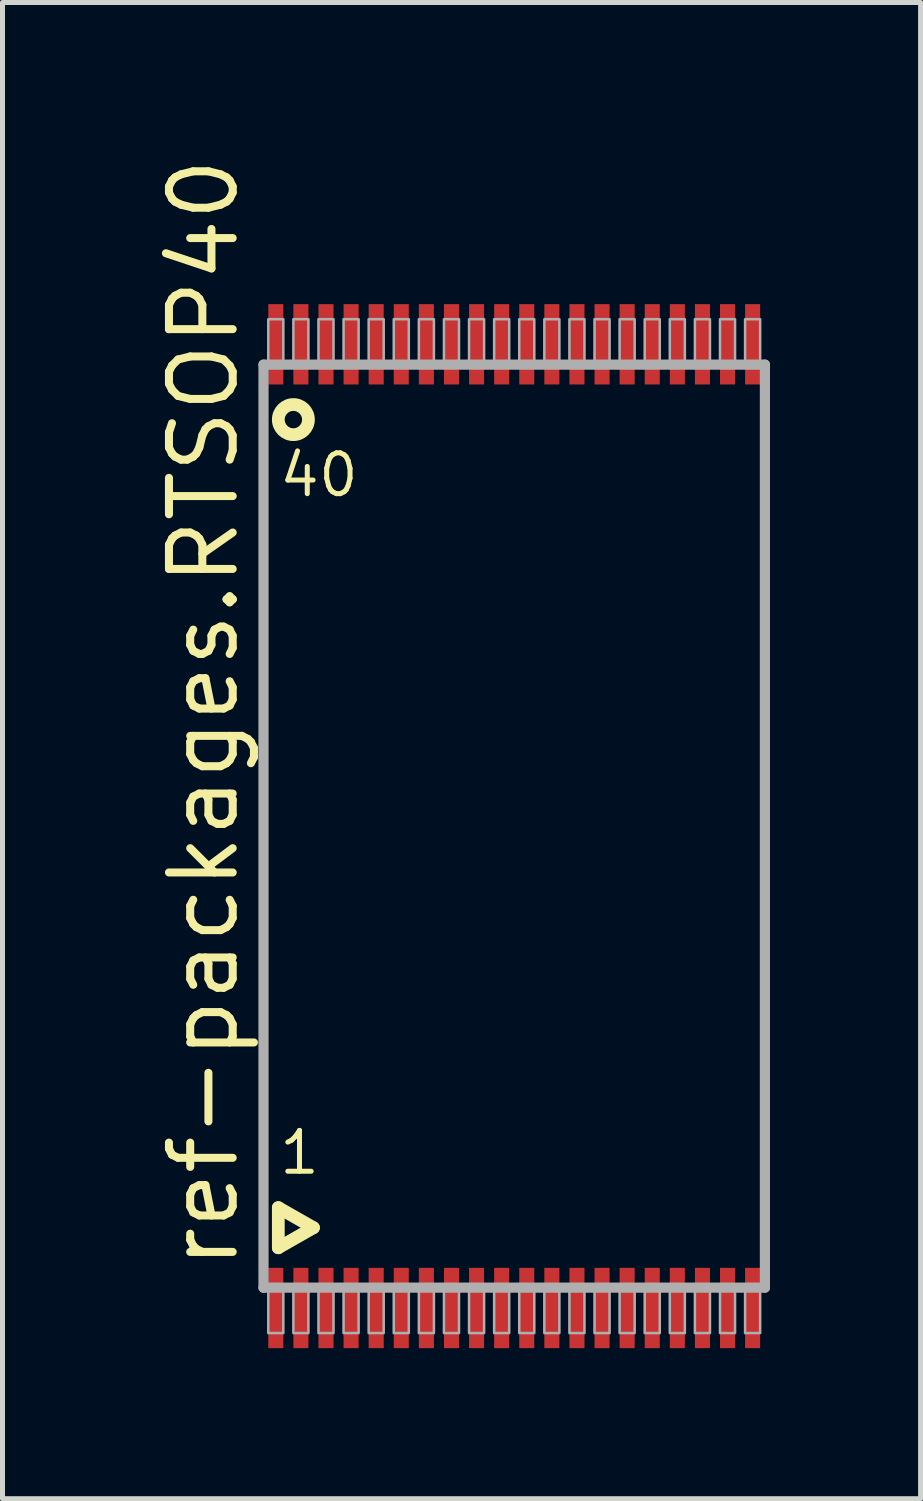
<source format=kicad_pcb>
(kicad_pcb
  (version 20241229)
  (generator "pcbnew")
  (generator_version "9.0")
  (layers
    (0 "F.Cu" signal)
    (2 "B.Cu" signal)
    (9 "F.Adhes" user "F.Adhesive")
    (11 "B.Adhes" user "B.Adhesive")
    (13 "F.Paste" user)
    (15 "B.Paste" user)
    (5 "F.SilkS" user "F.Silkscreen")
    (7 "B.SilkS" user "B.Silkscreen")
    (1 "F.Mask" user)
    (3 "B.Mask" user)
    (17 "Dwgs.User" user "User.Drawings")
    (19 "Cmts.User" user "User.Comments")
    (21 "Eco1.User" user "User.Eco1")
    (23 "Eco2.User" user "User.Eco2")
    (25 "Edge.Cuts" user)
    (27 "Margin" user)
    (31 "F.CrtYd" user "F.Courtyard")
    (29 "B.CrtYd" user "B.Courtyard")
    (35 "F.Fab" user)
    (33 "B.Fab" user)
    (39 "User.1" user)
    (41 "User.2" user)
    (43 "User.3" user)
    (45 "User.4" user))
  (footprint "ref-packages.RTSOP40"
    (layer "F.Cu")
    (at 7.195 13.41)
    (property "Reference" "ref-packages.RTSOP40" (at -5.445 8.89 90) (layer "F.SilkS") (effects (font (size 1.27 1.27) (thickness 0.16)) (justify left bottom)))
    (attr smd)
    (fp_line (start -4.7 7.6) (end -4 8) (stroke (width 0.254) (type default)) (layer "F.SilkS"))
    (fp_line (start -4.7 8.4) (end -4.7 7.6) (stroke (width 0.254) (type default)) (layer "F.SilkS"))
    (fp_line (start -4 8) (end -4.7 8.4) (stroke (width 0.254) (type default)) (layer "F.SilkS"))
    (fp_circle (center -4.4 -8.1) (end -4.1 -8.1) (stroke (width 0.254) (type default)) (fill no) (layer "F.SilkS"))
    (fp_line (start -4.995 -9.195) (end 4.995 -9.195) (stroke (width 0.203) (type default)) (layer "F.Fab"))
    (fp_line (start -4.995 9.195) (end -4.995 -9.195) (stroke (width 0.203) (type default)) (layer "F.Fab"))
    (fp_line (start 4.995 -9.195) (end 4.995 9.195) (stroke (width 0.203) (type default)) (layer "F.Fab"))
    (fp_line (start 4.995 9.195) (end -4.995 9.195) (stroke (width 0.203) (type default)) (layer "F.Fab"))
    (fp_rect (start -4.9 -9.25) (end -4.6 -10.1) (stroke (width 0.05) (type default)) (fill no) (layer "F.Fab"))
    (fp_rect (start -4.9 10.1) (end -4.6 9.25) (stroke (width 0.05) (type default)) (fill no) (layer "F.Fab"))
    (fp_rect (start -4.4 -9.25) (end -4.1 -10.1) (stroke (width 0.05) (type default)) (fill no) (layer "F.Fab"))
    (fp_rect (start -4.4 10.1) (end -4.1 9.25) (stroke (width 0.05) (type default)) (fill no) (layer "F.Fab"))
    (fp_rect (start -3.9 -9.25) (end -3.6 -10.1) (stroke (width 0.05) (type default)) (fill no) (layer "F.Fab"))
    (fp_rect (start -3.9 10.1) (end -3.6 9.25) (stroke (width 0.05) (type default)) (fill no) (layer "F.Fab"))
    (fp_rect (start -3.4 -9.25) (end -3.1 -10.1) (stroke (width 0.05) (type default)) (fill no) (layer "F.Fab"))
    (fp_rect (start -3.4 10.1) (end -3.1 9.25) (stroke (width 0.05) (type default)) (fill no) (layer "F.Fab"))
    (fp_rect (start -2.9 -9.25) (end -2.6 -10.1) (stroke (width 0.05) (type default)) (fill no) (layer "F.Fab"))
    (fp_rect (start -2.9 10.1) (end -2.6 9.25) (stroke (width 0.05) (type default)) (fill no) (layer "F.Fab"))
    (fp_rect (start -2.4 -9.25) (end -2.1 -10.1) (stroke (width 0.05) (type default)) (fill no) (layer "F.Fab"))
    (fp_rect (start -2.4 10.1) (end -2.1 9.25) (stroke (width 0.05) (type default)) (fill no) (layer "F.Fab"))
    (fp_rect (start -1.9 -9.25) (end -1.6 -10.1) (stroke (width 0.05) (type default)) (fill no) (layer "F.Fab"))
    (fp_rect (start -1.9 10.1) (end -1.6 9.25) (stroke (width 0.05) (type default)) (fill no) (layer "F.Fab"))
    (fp_rect (start -1.4 -9.25) (end -1.1 -10.1) (stroke (width 0.05) (type default)) (fill no) (layer "F.Fab"))
    (fp_rect (start -1.4 10.1) (end -1.1 9.25) (stroke (width 0.05) (type default)) (fill no) (layer "F.Fab"))
    (fp_rect (start -0.9 -9.25) (end -0.6 -10.1) (stroke (width 0.05) (type default)) (fill no) (layer "F.Fab"))
    (fp_rect (start -0.9 10.1) (end -0.6 9.25) (stroke (width 0.05) (type default)) (fill no) (layer "F.Fab"))
    (fp_rect (start -0.4 -9.25) (end -0.1 -10.1) (stroke (width 0.05) (type default)) (fill no) (layer "F.Fab"))
    (fp_rect (start -0.4 10.1) (end -0.1 9.25) (stroke (width 0.05) (type default)) (fill no) (layer "F.Fab"))
    (fp_rect (start 0.1 -9.25) (end 0.4 -10.1) (stroke (width 0.05) (type default)) (fill no) (layer "F.Fab"))
    (fp_rect (start 0.1 10.1) (end 0.4 9.25) (stroke (width 0.05) (type default)) (fill no) (layer "F.Fab"))
    (fp_rect (start 0.6 -9.25) (end 0.9 -10.1) (stroke (width 0.05) (type default)) (fill no) (layer "F.Fab"))
    (fp_rect (start 0.6 10.1) (end 0.9 9.25) (stroke (width 0.05) (type default)) (fill no) (layer "F.Fab"))
    (fp_rect (start 1.1 -9.25) (end 1.4 -10.1) (stroke (width 0.05) (type default)) (fill no) (layer "F.Fab"))
    (fp_rect (start 1.1 10.1) (end 1.4 9.25) (stroke (width 0.05) (type default)) (fill no) (layer "F.Fab"))
    (fp_rect (start 1.6 -9.25) (end 1.9 -10.1) (stroke (width 0.05) (type default)) (fill no) (layer "F.Fab"))
    (fp_rect (start 1.6 10.1) (end 1.9 9.25) (stroke (width 0.05) (type default)) (fill no) (layer "F.Fab"))
    (fp_rect (start 2.1 -9.25) (end 2.4 -10.1) (stroke (width 0.05) (type default)) (fill no) (layer "F.Fab"))
    (fp_rect (start 2.1 10.1) (end 2.4 9.25) (stroke (width 0.05) (type default)) (fill no) (layer "F.Fab"))
    (fp_rect (start 2.6 -9.25) (end 2.9 -10.1) (stroke (width 0.05) (type default)) (fill no) (layer "F.Fab"))
    (fp_rect (start 2.6 10.1) (end 2.9 9.25) (stroke (width 0.05) (type default)) (fill no) (layer "F.Fab"))
    (fp_rect (start 3.1 -9.25) (end 3.4 -10.1) (stroke (width 0.05) (type default)) (fill no) (layer "F.Fab"))
    (fp_rect (start 3.1 10.1) (end 3.4 9.25) (stroke (width 0.05) (type default)) (fill no) (layer "F.Fab"))
    (fp_rect (start 3.6 -9.25) (end 3.9 -10.1) (stroke (width 0.05) (type default)) (fill no) (layer "F.Fab"))
    (fp_rect (start 3.6 10.1) (end 3.9 9.25) (stroke (width 0.05) (type default)) (fill no) (layer "F.Fab"))
    (fp_rect (start 4.1 -9.25) (end 4.4 -10.1) (stroke (width 0.05) (type default)) (fill no) (layer "F.Fab"))
    (fp_rect (start 4.1 10.1) (end 4.4 9.25) (stroke (width 0.05) (type default)) (fill no) (layer "F.Fab"))
    (fp_rect (start 4.6 -9.25) (end 4.9 -10.1) (stroke (width 0.05) (type default)) (fill no) (layer "F.Fab"))
    (fp_rect (start 4.6 10.1) (end 4.9 9.25) (stroke (width 0.05) (type default)) (fill no) (layer "F.Fab"))
    (fp_text user "40" (at -4.731 -6.52 0) (layer "F.SilkS") (effects (font (size 0.813 0.813) (thickness 0.1)) (justify left bottom)))
    (fp_text user "1" (at -4.731 6.98 0) (layer "F.SilkS") (effects (font (size 0.813 0.813) (thickness 0.1)) (justify left bottom)))
    (pad "1" smd roundrect (at -4.75 9.6) (size 0.3 1.6) (layers "F.Cu" "F.Mask" "F.Paste") (roundrect_rratio 0.01))
    (pad "2" smd roundrect (at -4.25 9.6) (size 0.3 1.6) (layers "F.Cu" "F.Mask" "F.Paste") (roundrect_rratio 0.01))
    (pad "3" smd roundrect (at -3.75 9.6) (size 0.3 1.6) (layers "F.Cu" "F.Mask" "F.Paste") (roundrect_rratio 0.01))
    (pad "4" smd roundrect (at -3.25 9.6) (size 0.3 1.6) (layers "F.Cu" "F.Mask" "F.Paste") (roundrect_rratio 0.01))
    (pad "5" smd roundrect (at -2.75 9.6) (size 0.3 1.6) (layers "F.Cu" "F.Mask" "F.Paste") (roundrect_rratio 0.01))
    (pad "6" smd roundrect (at -2.25 9.6) (size 0.3 1.6) (layers "F.Cu" "F.Mask" "F.Paste") (roundrect_rratio 0.01))
    (pad "7" smd roundrect (at -1.75 9.6) (size 0.3 1.6) (layers "F.Cu" "F.Mask" "F.Paste") (roundrect_rratio 0.01))
    (pad "8" smd roundrect (at -1.25 9.6) (size 0.3 1.6) (layers "F.Cu" "F.Mask" "F.Paste") (roundrect_rratio 0.01))
    (pad "9" smd roundrect (at -0.75 9.6) (size 0.3 1.6) (layers "F.Cu" "F.Mask" "F.Paste") (roundrect_rratio 0.01))
    (pad "10" smd roundrect (at -0.25 9.6) (size 0.3 1.6) (layers "F.Cu" "F.Mask" "F.Paste") (roundrect_rratio 0.01))
    (pad "11" smd roundrect (at 0.25 9.6) (size 0.3 1.6) (layers "F.Cu" "F.Mask" "F.Paste") (roundrect_rratio 0.01))
    (pad "12" smd roundrect (at 0.75 9.6) (size 0.3 1.6) (layers "F.Cu" "F.Mask" "F.Paste") (roundrect_rratio 0.01))
    (pad "13" smd roundrect (at 1.25 9.6) (size 0.3 1.6) (layers "F.Cu" "F.Mask" "F.Paste") (roundrect_rratio 0.01))
    (pad "14" smd roundrect (at 1.75 9.6) (size 0.3 1.6) (layers "F.Cu" "F.Mask" "F.Paste") (roundrect_rratio 0.01))
    (pad "15" smd roundrect (at 2.25 9.6) (size 0.3 1.6) (layers "F.Cu" "F.Mask" "F.Paste") (roundrect_rratio 0.01))
    (pad "16" smd roundrect (at 2.75 9.6) (size 0.3 1.6) (layers "F.Cu" "F.Mask" "F.Paste") (roundrect_rratio 0.01))
    (pad "17" smd roundrect (at 3.25 9.6) (size 0.3 1.6) (layers "F.Cu" "F.Mask" "F.Paste") (roundrect_rratio 0.01))
    (pad "18" smd roundrect (at 3.75 9.6) (size 0.3 1.6) (layers "F.Cu" "F.Mask" "F.Paste") (roundrect_rratio 0.01))
    (pad "19" smd roundrect (at 4.25 9.6) (size 0.3 1.6) (layers "F.Cu" "F.Mask" "F.Paste") (roundrect_rratio 0.01))
    (pad "20" smd roundrect (at 4.75 9.6) (size 0.3 1.6) (layers "F.Cu" "F.Mask" "F.Paste") (roundrect_rratio 0.01))
    (pad "21" smd roundrect (at 4.75 -9.6) (size 0.3 1.6) (layers "F.Cu" "F.Mask" "F.Paste") (roundrect_rratio 0.01))
    (pad "22" smd roundrect (at 4.25 -9.6) (size 0.3 1.6) (layers "F.Cu" "F.Mask" "F.Paste") (roundrect_rratio 0.01))
    (pad "23" smd roundrect (at 3.75 -9.6) (size 0.3 1.6) (layers "F.Cu" "F.Mask" "F.Paste") (roundrect_rratio 0.01))
    (pad "24" smd roundrect (at 3.25 -9.6) (size 0.3 1.6) (layers "F.Cu" "F.Mask" "F.Paste") (roundrect_rratio 0.01))
    (pad "25" smd roundrect (at 2.75 -9.6) (size 0.3 1.6) (layers "F.Cu" "F.Mask" "F.Paste") (roundrect_rratio 0.01))
    (pad "26" smd roundrect (at 2.25 -9.6) (size 0.3 1.6) (layers "F.Cu" "F.Mask" "F.Paste") (roundrect_rratio 0.01))
    (pad "27" smd roundrect (at 1.75 -9.6) (size 0.3 1.6) (layers "F.Cu" "F.Mask" "F.Paste") (roundrect_rratio 0.01))
    (pad "28" smd roundrect (at 1.25 -9.6) (size 0.3 1.6) (layers "F.Cu" "F.Mask" "F.Paste") (roundrect_rratio 0.01))
    (pad "29" smd roundrect (at 0.75 -9.6) (size 0.3 1.6) (layers "F.Cu" "F.Mask" "F.Paste") (roundrect_rratio 0.01))
    (pad "30" smd roundrect (at 0.25 -9.6) (size 0.3 1.6) (layers "F.Cu" "F.Mask" "F.Paste") (roundrect_rratio 0.01))
    (pad "31" smd roundrect (at -0.25 -9.6) (size 0.3 1.6) (layers "F.Cu" "F.Mask" "F.Paste") (roundrect_rratio 0.01))
    (pad "32" smd roundrect (at -0.75 -9.6) (size 0.3 1.6) (layers "F.Cu" "F.Mask" "F.Paste") (roundrect_rratio 0.01))
    (pad "33" smd roundrect (at -1.25 -9.6) (size 0.3 1.6) (layers "F.Cu" "F.Mask" "F.Paste") (roundrect_rratio 0.01))
    (pad "34" smd roundrect (at -1.75 -9.6) (size 0.3 1.6) (layers "F.Cu" "F.Mask" "F.Paste") (roundrect_rratio 0.01))
    (pad "35" smd roundrect (at -2.25 -9.6) (size 0.3 1.6) (layers "F.Cu" "F.Mask" "F.Paste") (roundrect_rratio 0.01))
    (pad "36" smd roundrect (at -2.75 -9.6) (size 0.3 1.6) (layers "F.Cu" "F.Mask" "F.Paste") (roundrect_rratio 0.01))
    (pad "37" smd roundrect (at -3.25 -9.6) (size 0.3 1.6) (layers "F.Cu" "F.Mask" "F.Paste") (roundrect_rratio 0.01))
    (pad "38" smd roundrect (at -3.75 -9.6) (size 0.3 1.6) (layers "F.Cu" "F.Mask" "F.Paste") (roundrect_rratio 0.01))
    (pad "39" smd roundrect (at -4.25 -9.6) (size 0.3 1.6) (layers "F.Cu" "F.Mask" "F.Paste") (roundrect_rratio 0.01))
    (pad "40" smd roundrect (at -4.75 -9.6) (size 0.3 1.6) (layers "F.Cu" "F.Mask" "F.Paste") (roundrect_rratio 0.01)))
  (gr_rect
    (start -3 -3)
    (end 15.292 26.81)
    (stroke (width 0.1) (type default))
    (fill no)
    (layer "Edge.Cuts")))
</source>
